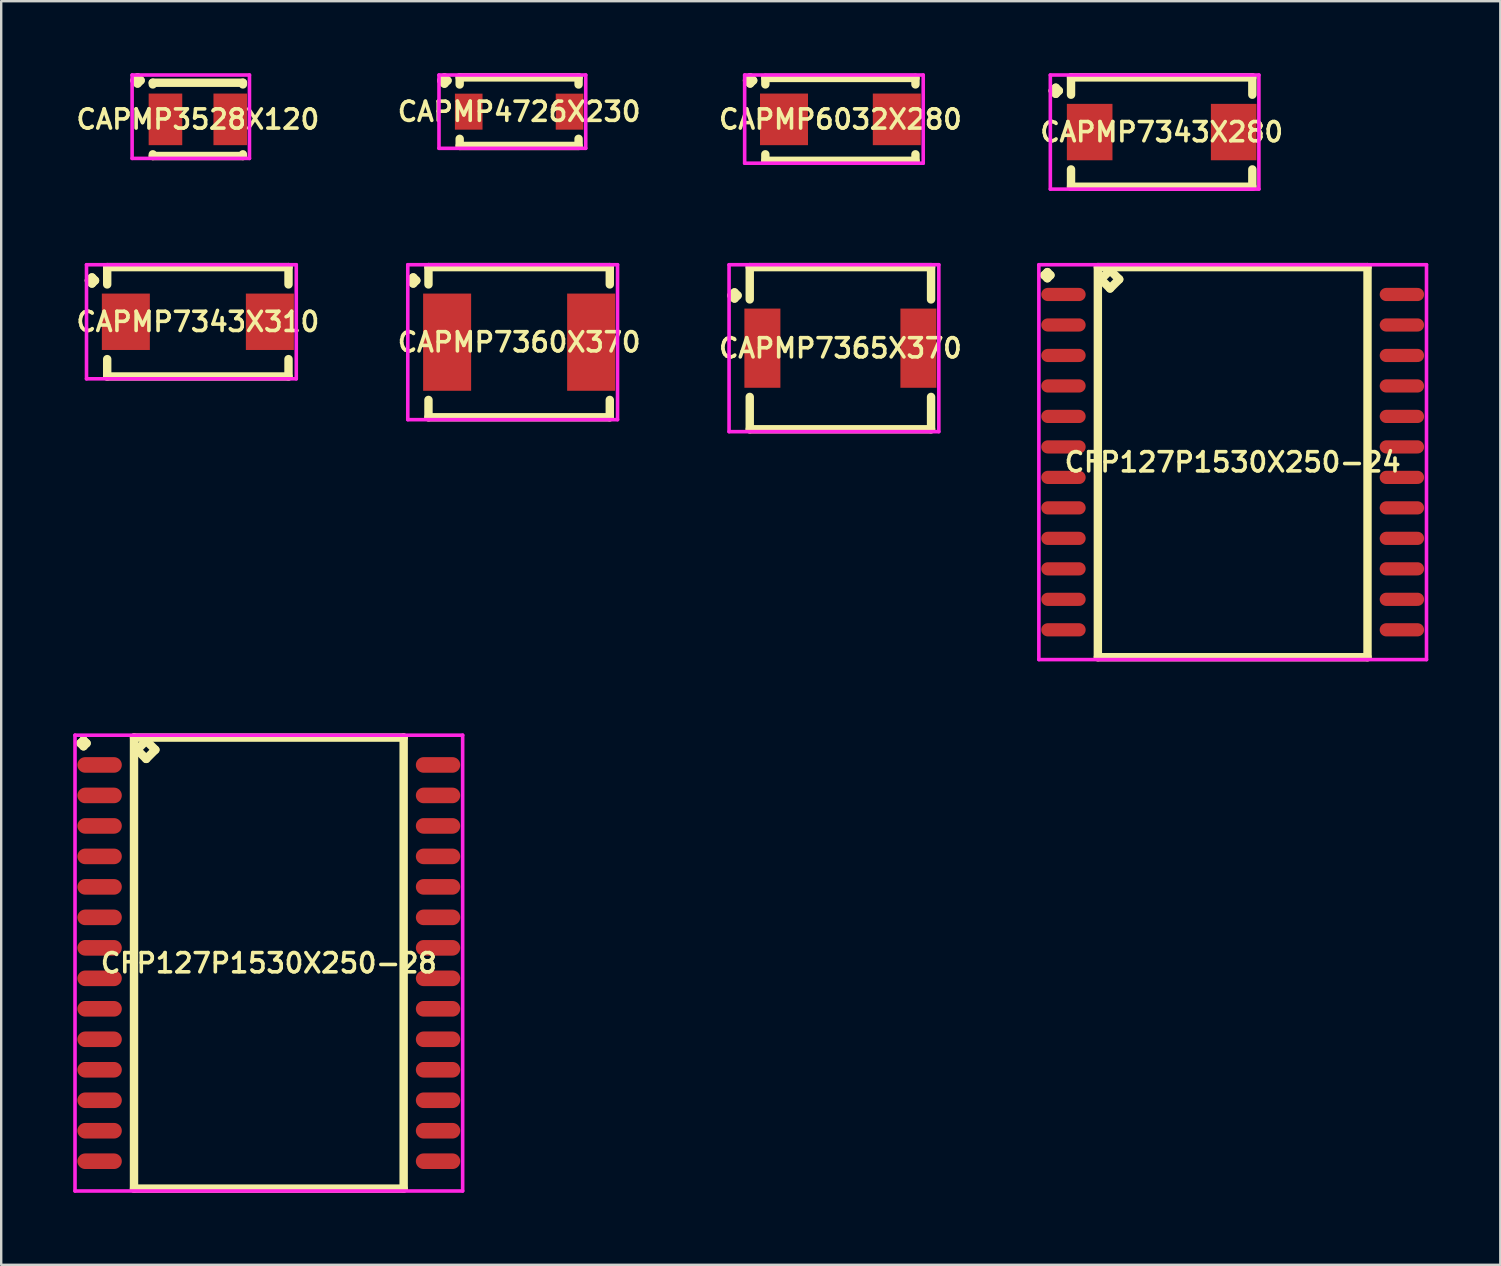
<source format=kicad_pcb>
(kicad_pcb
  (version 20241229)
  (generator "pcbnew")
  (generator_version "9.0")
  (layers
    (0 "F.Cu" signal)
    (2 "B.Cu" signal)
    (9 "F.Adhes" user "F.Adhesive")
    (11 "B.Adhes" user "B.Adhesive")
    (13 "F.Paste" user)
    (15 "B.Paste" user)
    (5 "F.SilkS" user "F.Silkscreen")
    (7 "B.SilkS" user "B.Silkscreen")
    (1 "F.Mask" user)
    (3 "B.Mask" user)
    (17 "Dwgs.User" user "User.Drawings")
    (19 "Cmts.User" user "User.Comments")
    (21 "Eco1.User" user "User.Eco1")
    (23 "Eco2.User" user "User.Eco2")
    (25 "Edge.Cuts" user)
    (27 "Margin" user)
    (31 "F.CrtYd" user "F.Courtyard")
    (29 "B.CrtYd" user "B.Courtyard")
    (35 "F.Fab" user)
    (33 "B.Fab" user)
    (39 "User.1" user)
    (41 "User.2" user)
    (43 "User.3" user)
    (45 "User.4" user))
  (footprint "CAPMP7360X370"
    (layer "F.Cu")
    (at 18.578 11.206)
    (property "Reference" "CAPMP7360X370" (at 0 0 0) (layer "F.SilkS") (effects (font (size 0.8 0.8) (thickness 0.15))))
    (attr smd)
    (fp_line (start -4.539 -2.571) (end -4.412 -2.698) (stroke (width 0.35) (type solid)) (layer "F.SilkS"))
    (fp_line (start -4.412 -2.698) (end -4.285 -2.571) (stroke (width 0.35) (type solid)) (layer "F.SilkS"))
    (fp_line (start -4.412 -2.444) (end -4.539 -2.571) (stroke (width 0.35) (type solid)) (layer "F.SilkS"))
    (fp_line (start -4.285 -2.571) (end -4.412 -2.444) (stroke (width 0.35) (type solid)) (layer "F.SilkS"))
    (fp_line (start -3.777 -3.127) (end 3.777 -3.127) (stroke (width 0.35) (type solid)) (layer "F.SilkS"))
    (fp_line (start -3.777 -2.406) (end -3.777 -3.127) (stroke (width 0.35) (type solid)) (layer "F.SilkS"))
    (fp_line (start -3.777 2.406) (end -3.777 3.127) (stroke (width 0.35) (type solid)) (layer "F.SilkS"))
    (fp_line (start -3.777 3.127) (end 3.777 3.127) (stroke (width 0.35) (type solid)) (layer "F.SilkS"))
    (fp_line (start 3.777 -3.127) (end 3.777 -2.406) (stroke (width 0.35) (type solid)) (layer "F.SilkS"))
    (fp_line (start 3.777 3.127) (end 3.777 2.406) (stroke (width 0.35) (type solid)) (layer "F.SilkS"))
    (fp_line (start -4.639 -3.227) (end 4.1 -3.227) (stroke (width 0.15) (type solid)) (layer "F.CrtYd"))
    (fp_line (start -4.639 3.227) (end -4.639 -3.227) (stroke (width 0.15) (type solid)) (layer "F.CrtYd"))
    (fp_line (start 4.1 -3.227) (end 4.1 3.227) (stroke (width 0.15) (type solid)) (layer "F.CrtYd"))
    (fp_line (start 4.1 3.227) (end -4.639 3.227) (stroke (width 0.15) (type solid)) (layer "F.CrtYd"))
    (pad "1" smd rect (at -3 0) (size 2 4.05) (layers "F.Cu" "F.Mask" "F.Paste"))
    (pad "2" smd rect (at 3 0) (size 2 4.05) (layers "F.Cu" "F.Mask" "F.Paste")))
  (footprint "CFP127P1530X250-24"
    (layer "F.Cu")
    (at 48.306 16.204)
    (property "Reference" "CFP127P1530X250-24" (at 0 0 0) (layer "F.SilkS") (effects (font (size 0.8 0.8) (thickness 0.15))))
    (attr smd)
    (fp_line (start -7.848 -7.789) (end -7.721 -7.916) (stroke (width 0.35) (type solid)) (layer "F.SilkS"))
    (fp_line (start -7.721 -7.916) (end -7.594 -7.789) (stroke (width 0.35) (type solid)) (layer "F.SilkS"))
    (fp_line (start -7.721 -7.662) (end -7.848 -7.789) (stroke (width 0.35) (type solid)) (layer "F.SilkS"))
    (fp_line (start -7.594 -7.789) (end -7.721 -7.662) (stroke (width 0.35) (type solid)) (layer "F.SilkS"))
    (fp_line (start -5.617 -8.125) (end -5.617 8.125) (stroke (width 0.35) (type solid)) (layer "F.SilkS"))
    (fp_line (start -5.617 8.125) (end 5.617 8.125) (stroke (width 0.35) (type solid)) (layer "F.SilkS"))
    (fp_line (start -5.49 -7.617) (end -5.109 -7.998) (stroke (width 0.35) (type solid)) (layer "F.SilkS"))
    (fp_line (start -5.109 -7.998) (end -4.728 -7.617) (stroke (width 0.35) (type solid)) (layer "F.SilkS"))
    (fp_line (start -5.109 -7.236) (end -5.49 -7.617) (stroke (width 0.35) (type solid)) (layer "F.SilkS"))
    (fp_line (start -4.728 -7.617) (end -5.109 -7.236) (stroke (width 0.35) (type solid)) (layer "F.SilkS"))
    (fp_line (start 5.617 -8.125) (end -5.617 -8.125) (stroke (width 0.35) (type solid)) (layer "F.SilkS"))
    (fp_line (start 5.617 8.125) (end 5.617 -8.125) (stroke (width 0.35) (type solid)) (layer "F.SilkS"))
    (fp_line (start -8.075 -8.225) (end 8.075 -8.225) (stroke (width 0.15) (type solid)) (layer "F.CrtYd"))
    (fp_line (start -8.075 8.225) (end -8.075 -8.225) (stroke (width 0.15) (type solid)) (layer "F.CrtYd"))
    (fp_line (start 8.075 -8.225) (end 8.075 8.225) (stroke (width 0.15) (type solid)) (layer "F.CrtYd"))
    (fp_line (start 8.075 8.225) (end -8.075 8.225) (stroke (width 0.15) (type solid)) (layer "F.CrtYd"))
    (pad "1" smd oval (at -7.05 -6.985) (size 1.85 0.55) (layers "F.Cu" "F.Mask" "F.Paste"))
    (pad "2" smd oval (at -7.05 -5.715) (size 1.85 0.55) (layers "F.Cu" "F.Mask" "F.Paste"))
    (pad "3" smd oval (at -7.05 -4.445) (size 1.85 0.55) (layers "F.Cu" "F.Mask" "F.Paste"))
    (pad "4" smd oval (at -7.05 -3.175) (size 1.85 0.55) (layers "F.Cu" "F.Mask" "F.Paste"))
    (pad "5" smd oval (at -7.05 -1.905) (size 1.85 0.55) (layers "F.Cu" "F.Mask" "F.Paste"))
    (pad "6" smd oval (at -7.05 -0.635) (size 1.85 0.55) (layers "F.Cu" "F.Mask" "F.Paste"))
    (pad "7" smd oval (at -7.05 0.635) (size 1.85 0.55) (layers "F.Cu" "F.Mask" "F.Paste"))
    (pad "8" smd oval (at -7.05 1.905) (size 1.85 0.55) (layers "F.Cu" "F.Mask" "F.Paste"))
    (pad "9" smd oval (at -7.05 3.175) (size 1.85 0.55) (layers "F.Cu" "F.Mask" "F.Paste"))
    (pad "10" smd oval (at -7.05 4.445) (size 1.85 0.55) (layers "F.Cu" "F.Mask" "F.Paste"))
    (pad "11" smd oval (at -7.05 5.715) (size 1.85 0.55) (layers "F.Cu" "F.Mask" "F.Paste"))
    (pad "12" smd oval (at -7.05 6.985) (size 1.85 0.55) (layers "F.Cu" "F.Mask" "F.Paste"))
    (pad "13" smd oval (at 7.05 6.985) (size 1.85 0.55) (layers "F.Cu" "F.Mask" "F.Paste"))
    (pad "14" smd oval (at 7.05 5.715) (size 1.85 0.55) (layers "F.Cu" "F.Mask" "F.Paste"))
    (pad "15" smd oval (at 7.05 4.445) (size 1.85 0.55) (layers "F.Cu" "F.Mask" "F.Paste"))
    (pad "16" smd oval (at 7.05 3.175) (size 1.85 0.55) (layers "F.Cu" "F.Mask" "F.Paste"))
    (pad "17" smd oval (at 7.05 1.905) (size 1.85 0.55) (layers "F.Cu" "F.Mask" "F.Paste"))
    (pad "18" smd oval (at 7.05 0.635) (size 1.85 0.55) (layers "F.Cu" "F.Mask" "F.Paste"))
    (pad "19" smd oval (at 7.05 -0.635) (size 1.85 0.55) (layers "F.Cu" "F.Mask" "F.Paste"))
    (pad "20" smd oval (at 7.05 -1.905) (size 1.85 0.55) (layers "F.Cu" "F.Mask" "F.Paste"))
    (pad "21" smd oval (at 7.05 -3.175) (size 1.85 0.55) (layers "F.Cu" "F.Mask" "F.Paste"))
    (pad "22" smd oval (at 7.05 -4.445) (size 1.85 0.55) (layers "F.Cu" "F.Mask" "F.Paste"))
    (pad "23" smd oval (at 7.05 -5.715) (size 1.85 0.55) (layers "F.Cu" "F.Mask" "F.Paste"))
    (pad "24" smd oval (at 7.05 -6.985) (size 1.85 0.55) (layers "F.Cu" "F.Mask" "F.Paste")))
  (footprint "CAPMP7365X370"
    (layer "F.Cu")
    (at 31.963 11.456)
    (property "Reference" "CAPMP7365X370" (at 0 0 0) (layer "F.SilkS") (effects (font (size 0.8 0.8) (thickness 0.15))))
    (attr smd)
    (fp_line (start -4.539 -2.196) (end -4.412 -2.323) (stroke (width 0.35) (type solid)) (layer "F.SilkS"))
    (fp_line (start -4.412 -2.323) (end -4.285 -2.196) (stroke (width 0.35) (type solid)) (layer "F.SilkS"))
    (fp_line (start -4.412 -2.069) (end -4.539 -2.196) (stroke (width 0.35) (type solid)) (layer "F.SilkS"))
    (fp_line (start -4.285 -2.196) (end -4.412 -2.069) (stroke (width 0.35) (type solid)) (layer "F.SilkS"))
    (fp_line (start -3.777 -3.377) (end 3.777 -3.377) (stroke (width 0.35) (type solid)) (layer "F.SilkS"))
    (fp_line (start -3.777 -2.031) (end -3.777 -3.377) (stroke (width 0.35) (type solid)) (layer "F.SilkS"))
    (fp_line (start -3.777 2.031) (end -3.777 3.377) (stroke (width 0.35) (type solid)) (layer "F.SilkS"))
    (fp_line (start -3.777 3.377) (end 3.777 3.377) (stroke (width 0.35) (type solid)) (layer "F.SilkS"))
    (fp_line (start 3.777 -3.377) (end 3.777 -2.031) (stroke (width 0.35) (type solid)) (layer "F.SilkS"))
    (fp_line (start 3.777 3.377) (end 3.777 2.031) (stroke (width 0.35) (type solid)) (layer "F.SilkS"))
    (fp_line (start -4.639 -3.477) (end 4.1 -3.477) (stroke (width 0.15) (type solid)) (layer "F.CrtYd"))
    (fp_line (start -4.639 3.477) (end -4.639 -3.477) (stroke (width 0.15) (type solid)) (layer "F.CrtYd"))
    (fp_line (start 4.1 -3.477) (end 4.1 3.477) (stroke (width 0.15) (type solid)) (layer "F.CrtYd"))
    (fp_line (start 4.1 3.477) (end -4.639 3.477) (stroke (width 0.15) (type solid)) (layer "F.CrtYd"))
    (pad "1" smd rect (at -3.25 0) (size 1.5 3.3) (layers "F.Cu" "F.Mask" "F.Paste"))
    (pad "2" smd rect (at 3.25 0) (size 1.5 3.3) (layers "F.Cu" "F.Mask" "F.Paste")))
  (footprint "CFP127P1530X250-28"
    (layer "F.Cu")
    (at 8.15 37.074)
    (property "Reference" "CFP127P1530X250-28" (at 0 0 0) (layer "F.SilkS") (effects (font (size 0.8 0.8) (thickness 0.15))))
    (attr smd)
    (fp_line (start -7.848 -9.159) (end -7.721 -9.286) (stroke (width 0.35) (type solid)) (layer "F.SilkS"))
    (fp_line (start -7.721 -9.286) (end -7.594 -9.159) (stroke (width 0.35) (type solid)) (layer "F.SilkS"))
    (fp_line (start -7.721 -9.032) (end -7.848 -9.159) (stroke (width 0.35) (type solid)) (layer "F.SilkS"))
    (fp_line (start -7.594 -9.159) (end -7.721 -9.032) (stroke (width 0.35) (type solid)) (layer "F.SilkS"))
    (fp_line (start -5.617 -9.395) (end -5.617 9.395) (stroke (width 0.35) (type solid)) (layer "F.SilkS"))
    (fp_line (start -5.617 9.395) (end 5.617 9.395) (stroke (width 0.35) (type solid)) (layer "F.SilkS"))
    (fp_line (start -5.49 -8.887) (end -5.109 -9.268) (stroke (width 0.35) (type solid)) (layer "F.SilkS"))
    (fp_line (start -5.109 -9.268) (end -4.728 -8.887) (stroke (width 0.35) (type solid)) (layer "F.SilkS"))
    (fp_line (start -5.109 -8.506) (end -5.49 -8.887) (stroke (width 0.35) (type solid)) (layer "F.SilkS"))
    (fp_line (start -4.728 -8.887) (end -5.109 -8.506) (stroke (width 0.35) (type solid)) (layer "F.SilkS"))
    (fp_line (start 5.617 -9.395) (end -5.617 -9.395) (stroke (width 0.35) (type solid)) (layer "F.SilkS"))
    (fp_line (start 5.617 9.395) (end 5.617 -9.395) (stroke (width 0.35) (type solid)) (layer "F.SilkS"))
    (fp_line (start -8.075 -9.495) (end 8.075 -9.495) (stroke (width 0.15) (type solid)) (layer "F.CrtYd"))
    (fp_line (start -8.075 9.495) (end -8.075 -9.495) (stroke (width 0.15) (type solid)) (layer "F.CrtYd"))
    (fp_line (start 8.075 -9.495) (end 8.075 9.495) (stroke (width 0.15) (type solid)) (layer "F.CrtYd"))
    (fp_line (start 8.075 9.495) (end -8.075 9.495) (stroke (width 0.15) (type solid)) (layer "F.CrtYd"))
    (pad "1" smd oval (at -7.05 -8.255) (size 1.85 0.65) (layers "F.Cu" "F.Mask" "F.Paste"))
    (pad "2" smd oval (at -7.05 -6.985) (size 1.85 0.65) (layers "F.Cu" "F.Mask" "F.Paste"))
    (pad "3" smd oval (at -7.05 -5.715) (size 1.85 0.65) (layers "F.Cu" "F.Mask" "F.Paste"))
    (pad "4" smd oval (at -7.05 -4.445) (size 1.85 0.65) (layers "F.Cu" "F.Mask" "F.Paste"))
    (pad "5" smd oval (at -7.05 -3.175) (size 1.85 0.65) (layers "F.Cu" "F.Mask" "F.Paste"))
    (pad "6" smd oval (at -7.05 -1.905) (size 1.85 0.65) (layers "F.Cu" "F.Mask" "F.Paste"))
    (pad "7" smd oval (at -7.05 -0.635) (size 1.85 0.65) (layers "F.Cu" "F.Mask" "F.Paste"))
    (pad "8" smd oval (at -7.05 0.635) (size 1.85 0.65) (layers "F.Cu" "F.Mask" "F.Paste"))
    (pad "9" smd oval (at -7.05 1.905) (size 1.85 0.65) (layers "F.Cu" "F.Mask" "F.Paste"))
    (pad "10" smd oval (at -7.05 3.175) (size 1.85 0.65) (layers "F.Cu" "F.Mask" "F.Paste"))
    (pad "11" smd oval (at -7.05 4.445) (size 1.85 0.65) (layers "F.Cu" "F.Mask" "F.Paste"))
    (pad "12" smd oval (at -7.05 5.715) (size 1.85 0.65) (layers "F.Cu" "F.Mask" "F.Paste"))
    (pad "13" smd oval (at -7.05 6.985) (size 1.85 0.65) (layers "F.Cu" "F.Mask" "F.Paste"))
    (pad "14" smd oval (at -7.05 8.255) (size 1.85 0.65) (layers "F.Cu" "F.Mask" "F.Paste"))
    (pad "15" smd oval (at 7.05 8.255) (size 1.85 0.65) (layers "F.Cu" "F.Mask" "F.Paste"))
    (pad "16" smd oval (at 7.05 6.985) (size 1.85 0.65) (layers "F.Cu" "F.Mask" "F.Paste"))
    (pad "17" smd oval (at 7.05 5.715) (size 1.85 0.65) (layers "F.Cu" "F.Mask" "F.Paste"))
    (pad "18" smd oval (at 7.05 4.445) (size 1.85 0.65) (layers "F.Cu" "F.Mask" "F.Paste"))
    (pad "19" smd oval (at 7.05 3.175) (size 1.85 0.65) (layers "F.Cu" "F.Mask" "F.Paste"))
    (pad "20" smd oval (at 7.05 1.905) (size 1.85 0.65) (layers "F.Cu" "F.Mask" "F.Paste"))
    (pad "21" smd oval (at 7.05 0.635) (size 1.85 0.65) (layers "F.Cu" "F.Mask" "F.Paste"))
    (pad "22" smd oval (at 7.05 -0.635) (size 1.85 0.65) (layers "F.Cu" "F.Mask" "F.Paste"))
    (pad "23" smd oval (at 7.05 -1.905) (size 1.85 0.65) (layers "F.Cu" "F.Mask" "F.Paste"))
    (pad "24" smd oval (at 7.05 -3.175) (size 1.85 0.65) (layers "F.Cu" "F.Mask" "F.Paste"))
    (pad "25" smd oval (at 7.05 -4.445) (size 1.85 0.65) (layers "F.Cu" "F.Mask" "F.Paste"))
    (pad "26" smd oval (at 7.05 -5.715) (size 1.85 0.65) (layers "F.Cu" "F.Mask" "F.Paste"))
    (pad "27" smd oval (at 7.05 -6.985) (size 1.85 0.65) (layers "F.Cu" "F.Mask" "F.Paste"))
    (pad "28" smd oval (at 7.05 -8.255) (size 1.85 0.65) (layers "F.Cu" "F.Mask" "F.Paste")))
  (footprint "CAPMP4726X230"
    (layer "F.Cu")
    (at 18.578 1.602)
    (property "Reference" "CAPMP4726X230" (at 0 0 0) (layer "F.SilkS") (effects (font (size 0.8 0.8) (thickness 0.15))))
    (attr smd)
    (fp_line (start -3.239 -1.296) (end -3.112 -1.423) (stroke (width 0.35) (type solid)) (layer "F.SilkS"))
    (fp_line (start -3.112 -1.423) (end -2.985 -1.296) (stroke (width 0.35) (type solid)) (layer "F.SilkS"))
    (fp_line (start -3.112 -1.169) (end -3.239 -1.296) (stroke (width 0.35) (type solid)) (layer "F.SilkS"))
    (fp_line (start -2.985 -1.296) (end -3.112 -1.169) (stroke (width 0.35) (type solid)) (layer "F.SilkS"))
    (fp_line (start -2.477 -1.427) (end 2.477 -1.427) (stroke (width 0.35) (type solid)) (layer "F.SilkS"))
    (fp_line (start -2.477 -1.131) (end -2.477 -1.427) (stroke (width 0.35) (type solid)) (layer "F.SilkS"))
    (fp_line (start -2.477 1.131) (end -2.477 1.427) (stroke (width 0.35) (type solid)) (layer "F.SilkS"))
    (fp_line (start -2.477 1.427) (end 2.477 1.427) (stroke (width 0.35) (type solid)) (layer "F.SilkS"))
    (fp_line (start 2.477 -1.427) (end 2.477 -1.131) (stroke (width 0.35) (type solid)) (layer "F.SilkS"))
    (fp_line (start 2.477 1.427) (end 2.477 1.131) (stroke (width 0.35) (type solid)) (layer "F.SilkS"))
    (fp_line (start -3.339 -1.527) (end 2.775 -1.527) (stroke (width 0.15) (type solid)) (layer "F.CrtYd"))
    (fp_line (start -3.339 1.527) (end -3.339 -1.527) (stroke (width 0.15) (type solid)) (layer "F.CrtYd"))
    (fp_line (start 2.775 -1.527) (end 2.775 1.527) (stroke (width 0.15) (type solid)) (layer "F.CrtYd"))
    (fp_line (start 2.775 1.527) (end -3.339 1.527) (stroke (width 0.15) (type solid)) (layer "F.CrtYd"))
    (pad "1" smd rect (at -2.1 0) (size 1.15 1.5) (layers "F.Cu" "F.Mask" "F.Paste"))
    (pad "2" smd rect (at 2.1 0) (size 1.15 1.5) (layers "F.Cu" "F.Mask" "F.Paste")))
  (footprint "CAPMP7343X310"
    (layer "F.Cu")
    (at 5.193 10.356)
    (property "Reference" "CAPMP7343X310" (at 0 0 0) (layer "F.SilkS") (effects (font (size 0.8 0.8) (thickness 0.15))))
    (attr smd)
    (fp_line (start -4.539 -1.721) (end -4.412 -1.848) (stroke (width 0.35) (type solid)) (layer "F.SilkS"))
    (fp_line (start -4.412 -1.848) (end -4.285 -1.721) (stroke (width 0.35) (type solid)) (layer "F.SilkS"))
    (fp_line (start -4.412 -1.594) (end -4.539 -1.721) (stroke (width 0.35) (type solid)) (layer "F.SilkS"))
    (fp_line (start -4.285 -1.721) (end -4.412 -1.594) (stroke (width 0.35) (type solid)) (layer "F.SilkS"))
    (fp_line (start -3.777 -2.277) (end 3.777 -2.277) (stroke (width 0.35) (type solid)) (layer "F.SilkS"))
    (fp_line (start -3.777 -1.556) (end -3.777 -2.277) (stroke (width 0.35) (type solid)) (layer "F.SilkS"))
    (fp_line (start -3.777 1.556) (end -3.777 2.277) (stroke (width 0.35) (type solid)) (layer "F.SilkS"))
    (fp_line (start -3.777 2.277) (end 3.777 2.277) (stroke (width 0.35) (type solid)) (layer "F.SilkS"))
    (fp_line (start 3.777 -2.277) (end 3.777 -1.556) (stroke (width 0.35) (type solid)) (layer "F.SilkS"))
    (fp_line (start 3.777 2.277) (end 3.777 1.556) (stroke (width 0.35) (type solid)) (layer "F.SilkS"))
    (fp_line (start -4.639 -2.377) (end 4.1 -2.377) (stroke (width 0.15) (type solid)) (layer "F.CrtYd"))
    (fp_line (start -4.639 2.377) (end -4.639 -2.377) (stroke (width 0.15) (type solid)) (layer "F.CrtYd"))
    (fp_line (start 4.1 -2.377) (end 4.1 2.377) (stroke (width 0.15) (type solid)) (layer "F.CrtYd"))
    (fp_line (start 4.1 2.377) (end -4.639 2.377) (stroke (width 0.15) (type solid)) (layer "F.CrtYd"))
    (pad "1" smd rect (at -3 0) (size 2 2.35) (layers "F.Cu" "F.Mask" "F.Paste"))
    (pad "2" smd rect (at 3 0) (size 2 2.35) (layers "F.Cu" "F.Mask" "F.Paste")))
  (footprint "CAPMP7343X280"
    (layer "F.Cu")
    (at 45.348 2.452)
    (property "Reference" "CAPMP7343X280" (at 0 0 0) (layer "F.SilkS") (effects (font (size 0.8 0.8) (thickness 0.15))))
    (attr smd)
    (fp_line (start -4.539 -1.721) (end -4.412 -1.848) (stroke (width 0.35) (type solid)) (layer "F.SilkS"))
    (fp_line (start -4.412 -1.848) (end -4.285 -1.721) (stroke (width 0.35) (type solid)) (layer "F.SilkS"))
    (fp_line (start -4.412 -1.594) (end -4.539 -1.721) (stroke (width 0.35) (type solid)) (layer "F.SilkS"))
    (fp_line (start -4.285 -1.721) (end -4.412 -1.594) (stroke (width 0.35) (type solid)) (layer "F.SilkS"))
    (fp_line (start -3.777 -2.277) (end 3.777 -2.277) (stroke (width 0.35) (type solid)) (layer "F.SilkS"))
    (fp_line (start -3.777 -1.556) (end -3.777 -2.277) (stroke (width 0.35) (type solid)) (layer "F.SilkS"))
    (fp_line (start -3.777 1.556) (end -3.777 2.277) (stroke (width 0.35) (type solid)) (layer "F.SilkS"))
    (fp_line (start -3.777 2.277) (end 3.777 2.277) (stroke (width 0.35) (type solid)) (layer "F.SilkS"))
    (fp_line (start 3.777 -2.277) (end 3.777 -1.556) (stroke (width 0.35) (type solid)) (layer "F.SilkS"))
    (fp_line (start 3.777 2.277) (end 3.777 1.556) (stroke (width 0.35) (type solid)) (layer "F.SilkS"))
    (fp_line (start -4.639 -2.377) (end 4.05 -2.377) (stroke (width 0.15) (type solid)) (layer "F.CrtYd"))
    (fp_line (start -4.639 2.377) (end -4.639 -2.377) (stroke (width 0.15) (type solid)) (layer "F.CrtYd"))
    (fp_line (start 4.05 -2.377) (end 4.05 2.377) (stroke (width 0.15) (type solid)) (layer "F.CrtYd"))
    (fp_line (start 4.05 2.377) (end -4.639 2.377) (stroke (width 0.15) (type solid)) (layer "F.CrtYd"))
    (pad "1" smd rect (at -3 0) (size 1.9 2.35) (layers "F.Cu" "F.Mask" "F.Paste"))
    (pad "2" smd rect (at 3 0) (size 1.9 2.35) (layers "F.Cu" "F.Mask" "F.Paste")))
  (footprint "CAPMP3528X120"
    (layer "F.Cu")
    (at 5.193 1.923)
    (property "Reference" "CAPMP3528X120" (at 0 0 0) (layer "F.SilkS") (effects (font (size 0.8 0.8) (thickness 0.15))))
    (attr smd)
    (fp_line (start -2.639 -1.621) (end -2.512 -1.748) (stroke (width 0.35) (type solid)) (layer "F.SilkS"))
    (fp_line (start -2.512 -1.748) (end -2.385 -1.621) (stroke (width 0.35) (type solid)) (layer "F.SilkS"))
    (fp_line (start -2.512 -1.494) (end -2.639 -1.621) (stroke (width 0.35) (type solid)) (layer "F.SilkS"))
    (fp_line (start -2.385 -1.621) (end -2.512 -1.494) (stroke (width 0.35) (type solid)) (layer "F.SilkS"))
    (fp_line (start -1.877 -1.527) (end 1.877 -1.527) (stroke (width 0.35) (type solid)) (layer "F.SilkS"))
    (fp_line (start -1.877 -1.456) (end -1.877 -1.527) (stroke (width 0.35) (type solid)) (layer "F.SilkS"))
    (fp_line (start -1.877 1.456) (end -1.877 1.527) (stroke (width 0.35) (type solid)) (layer "F.SilkS"))
    (fp_line (start -1.877 1.527) (end 1.877 1.527) (stroke (width 0.35) (type solid)) (layer "F.SilkS"))
    (fp_line (start 1.877 -1.527) (end 1.877 -1.456) (stroke (width 0.35) (type solid)) (layer "F.SilkS"))
    (fp_line (start 1.877 1.527) (end 1.877 1.456) (stroke (width 0.35) (type solid)) (layer "F.SilkS"))
    (fp_line (start -2.739 -1.848) (end 2.15 -1.848) (stroke (width 0.15) (type solid)) (layer "F.CrtYd"))
    (fp_line (start -2.739 1.627) (end -2.739 -1.848) (stroke (width 0.15) (type solid)) (layer "F.CrtYd"))
    (fp_line (start 2.15 -1.848) (end 2.15 1.627) (stroke (width 0.15) (type solid)) (layer "F.CrtYd"))
    (fp_line (start 2.15 1.627) (end -2.739 1.627) (stroke (width 0.15) (type solid)) (layer "F.CrtYd"))
    (pad "1" smd rect (at -1.35 0) (size 1.4 2.15) (layers "F.Cu" "F.Mask" "F.Paste"))
    (pad "2" smd rect (at 1.35 0) (size 1.4 2.15) (layers "F.Cu" "F.Mask" "F.Paste")))
  (footprint "CAPMP6032X280"
    (layer "F.Cu")
    (at 31.963 1.923)
    (property "Reference" "CAPMP6032X280" (at 0 0 0) (layer "F.SilkS") (effects (font (size 0.8 0.8) (thickness 0.15))))
    (attr smd)
    (fp_line (start -3.889 -1.621) (end -3.762 -1.748) (stroke (width 0.35) (type solid)) (layer "F.SilkS"))
    (fp_line (start -3.762 -1.748) (end -3.635 -1.621) (stroke (width 0.35) (type solid)) (layer "F.SilkS"))
    (fp_line (start -3.762 -1.494) (end -3.889 -1.621) (stroke (width 0.35) (type solid)) (layer "F.SilkS"))
    (fp_line (start -3.635 -1.621) (end -3.762 -1.494) (stroke (width 0.35) (type solid)) (layer "F.SilkS"))
    (fp_line (start -3.127 -1.727) (end 3.127 -1.727) (stroke (width 0.35) (type solid)) (layer "F.SilkS"))
    (fp_line (start -3.127 -1.456) (end -3.127 -1.727) (stroke (width 0.35) (type solid)) (layer "F.SilkS"))
    (fp_line (start -3.127 1.456) (end -3.127 1.727) (stroke (width 0.35) (type solid)) (layer "F.SilkS"))
    (fp_line (start -3.127 1.727) (end 3.127 1.727) (stroke (width 0.35) (type solid)) (layer "F.SilkS"))
    (fp_line (start 3.127 -1.727) (end 3.127 -1.456) (stroke (width 0.35) (type solid)) (layer "F.SilkS"))
    (fp_line (start 3.127 1.727) (end 3.127 1.456) (stroke (width 0.35) (type solid)) (layer "F.SilkS"))
    (fp_line (start -3.989 -1.848) (end 3.45 -1.848) (stroke (width 0.15) (type solid)) (layer "F.CrtYd"))
    (fp_line (start -3.989 1.827) (end -3.989 -1.848) (stroke (width 0.15) (type solid)) (layer "F.CrtYd"))
    (fp_line (start 3.45 -1.848) (end 3.45 1.827) (stroke (width 0.15) (type solid)) (layer "F.CrtYd"))
    (fp_line (start 3.45 1.827) (end -3.989 1.827) (stroke (width 0.15) (type solid)) (layer "F.CrtYd"))
    (pad "1" smd rect (at -2.35 0) (size 2 2.15) (layers "F.Cu" "F.Mask" "F.Paste"))
    (pad "2" smd rect (at 2.35 0) (size 2 2.15) (layers "F.Cu" "F.Mask" "F.Paste")))
  (gr_rect
    (start -3 -3)
    (end 59.456 49.644)
    (stroke (width 0.1) (type default))
    (fill no)
    (layer "Edge.Cuts")))
</source>
